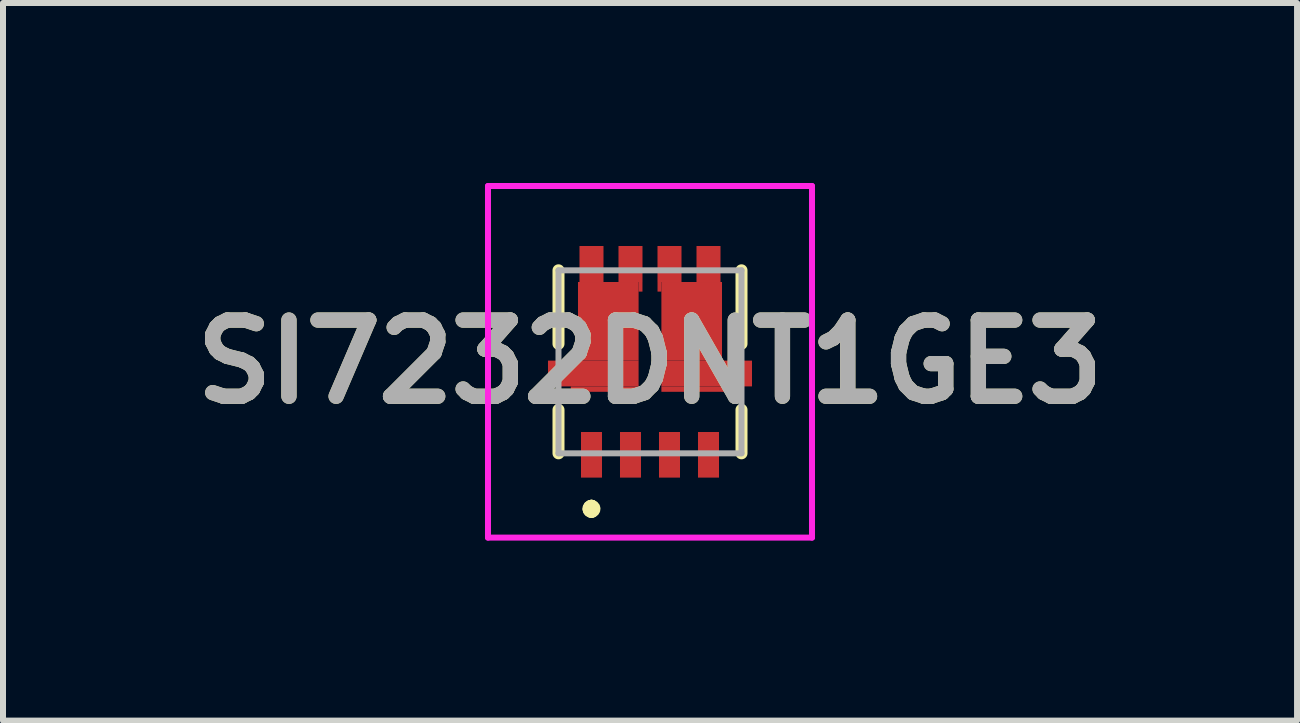
<source format=kicad_pcb>
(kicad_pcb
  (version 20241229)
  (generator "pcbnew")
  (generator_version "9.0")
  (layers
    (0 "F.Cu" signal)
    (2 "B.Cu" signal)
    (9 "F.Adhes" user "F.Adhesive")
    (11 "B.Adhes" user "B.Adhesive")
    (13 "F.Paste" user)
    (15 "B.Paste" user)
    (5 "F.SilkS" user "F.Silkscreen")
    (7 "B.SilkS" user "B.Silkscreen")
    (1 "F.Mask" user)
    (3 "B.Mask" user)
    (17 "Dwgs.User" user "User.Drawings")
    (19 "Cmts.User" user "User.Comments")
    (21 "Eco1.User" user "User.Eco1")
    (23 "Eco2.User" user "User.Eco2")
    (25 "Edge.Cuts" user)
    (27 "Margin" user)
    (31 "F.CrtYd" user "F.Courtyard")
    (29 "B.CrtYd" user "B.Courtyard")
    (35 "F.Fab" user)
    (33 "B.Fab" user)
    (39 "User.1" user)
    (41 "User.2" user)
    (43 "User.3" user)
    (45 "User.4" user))
  (footprint "SI7232DNT1GE3"
    (layer "F.Cu")
    (at 7.783 2.98)
    (property "Reference" "SI7232DNT1GE3" (at 0 0 180) (layer "F.SilkS") (effects (font (size 1.27 1.27) (thickness 0.254))))
    (attr smd)
    (fp_line (start -1.525 -1.525) (end -1.525 -0.3) (stroke (width 0.2) (type solid)) (layer "F.SilkS"))
    (fp_line (start -1.525 0.8) (end -1.525 1.525) (stroke (width 0.2) (type solid)) (layer "F.SilkS"))
    (fp_line (start -0.975 2.4) (end -0.975 2.4) (stroke (width 0.2) (type solid)) (layer "F.SilkS"))
    (fp_line (start -0.975 2.4) (end -0.975 2.4) (stroke (width 0.2) (type solid)) (layer "F.SilkS"))
    (fp_line (start -0.975 2.5) (end -0.975 2.5) (stroke (width 0.2) (type solid)) (layer "F.SilkS"))
    (fp_line (start 1.525 -1.525) (end 1.525 -0.3) (stroke (width 0.2) (type solid)) (layer "F.SilkS"))
    (fp_line (start 1.525 0.8) (end 1.525 1.525) (stroke (width 0.2) (type solid)) (layer "F.SilkS"))
    (fp_arc (start -0.975 2.4) (mid -0.925 2.45) (end -0.975 2.5) (stroke (width 0.2) (type solid)) (layer "F.SilkS"))
    (fp_arc (start -0.975 2.5) (mid -1.025 2.45) (end -0.975 2.4) (stroke (width 0.2) (type solid)) (layer "F.SilkS"))
    (fp_arc (start -0.975 2.5) (mid -1.025 2.45) (end -0.975 2.4) (stroke (width 0.2) (type solid)) (layer "F.SilkS"))
    (fp_line (start -2.7 -2.93) (end 2.7 -2.93) (stroke (width 0.1) (type solid)) (layer "F.CrtYd"))
    (fp_line (start -2.7 2.93) (end -2.7 -2.93) (stroke (width 0.1) (type solid)) (layer "F.CrtYd"))
    (fp_line (start 2.7 -2.93) (end 2.7 2.93) (stroke (width 0.1) (type solid)) (layer "F.CrtYd"))
    (fp_line (start 2.7 2.93) (end -2.7 2.93) (stroke (width 0.1) (type solid)) (layer "F.CrtYd"))
    (fp_line (start -1.525 -1.525) (end -1.525 1.525) (stroke (width 0.1) (type solid)) (layer "F.Fab"))
    (fp_line (start -1.525 1.525) (end 1.525 1.525) (stroke (width 0.1) (type solid)) (layer "F.Fab"))
    (fp_line (start 1.525 -1.525) (end -1.525 -1.525) (stroke (width 0.1) (type solid)) (layer "F.Fab"))
    (fp_line (start 1.525 1.525) (end 1.525 -1.525) (stroke (width 0.1) (type solid)) (layer "F.Fab"))
    (fp_text user "${REFERENCE}" (at 0 0 180) (layer "F.Fab") (effects (font (size 1.27 1.27) (thickness 0.254))))
    (pad "1" smd rect (at -0.975 1.55) (size 0.35 0.76) (layers "F.Cu" "F.Mask" "F.Paste"))
    (pad "2" smd rect (at -0.325 1.55) (size 0.35 0.76) (layers "F.Cu" "F.Mask" "F.Paste"))
    (pad "3" smd rect (at 0.325 1.55) (size 0.35 0.76) (layers "F.Cu" "F.Mask" "F.Paste"))
    (pad "4" smd rect (at 0.975 1.55) (size 0.35 0.76) (layers "F.Cu" "F.Mask" "F.Paste"))
    (pad "5" smd rect (at 0.975 -1.63) (size 0.4 0.6) (layers "F.Cu" "F.Mask" "F.Paste"))
    (pad "6" smd rect (at 0.325 -1.63) (size 0.4 0.6) (layers "F.Cu" "F.Mask" "F.Paste"))
    (pad "7" smd rect (at -0.325 -1.63) (size 0.4 0.6) (layers "F.Cu" "F.Mask" "F.Paste"))
    (pad "8" smd rect (at -0.975 -1.63) (size 0.4 0.6) (layers "F.Cu" "F.Mask" "F.Paste"))
    (pad "9" smd rect (at -0.695 -0.675) (size 1.01 1.31) (layers "F.Cu" "F.Mask" "F.Paste"))
    (pad "10" smd rect (at -0.945 0.195 90) (size 0.43 1.51) (layers "F.Cu" "F.Mask" "F.Paste"))
    (pad "11" smd rect (at -0.755 0.455 90) (size 0.09 1.13) (layers "F.Cu" "F.Mask" "F.Paste"))
    (pad "12" smd rect (at 0.755 0.455 90) (size 0.09 1.13) (layers "F.Cu" "F.Mask" "F.Paste"))
    (pad "13" smd rect (at 0.945 0.195 90) (size 0.43 1.51) (layers "F.Cu" "F.Mask" "F.Paste"))
    (pad "14" smd rect (at 0.695 -0.675) (size 1.01 1.31) (layers "F.Cu" "F.Mask" "F.Paste"))
    (pad "15" smd rect (at -0.158 -1.25) (size 0.065 0.16) (layers "F.Cu" "F.Mask" "F.Paste"))
    (pad "16" smd rect (at 0.158 -1.25) (size 0.065 0.16) (layers "F.Cu" "F.Mask" "F.Paste")))
  (gr_rect
    (start -3 -3)
    (end 18.567 8.96)
    (stroke (width 0.1) (type default))
    (fill no)
    (layer "Edge.Cuts")))
</source>
